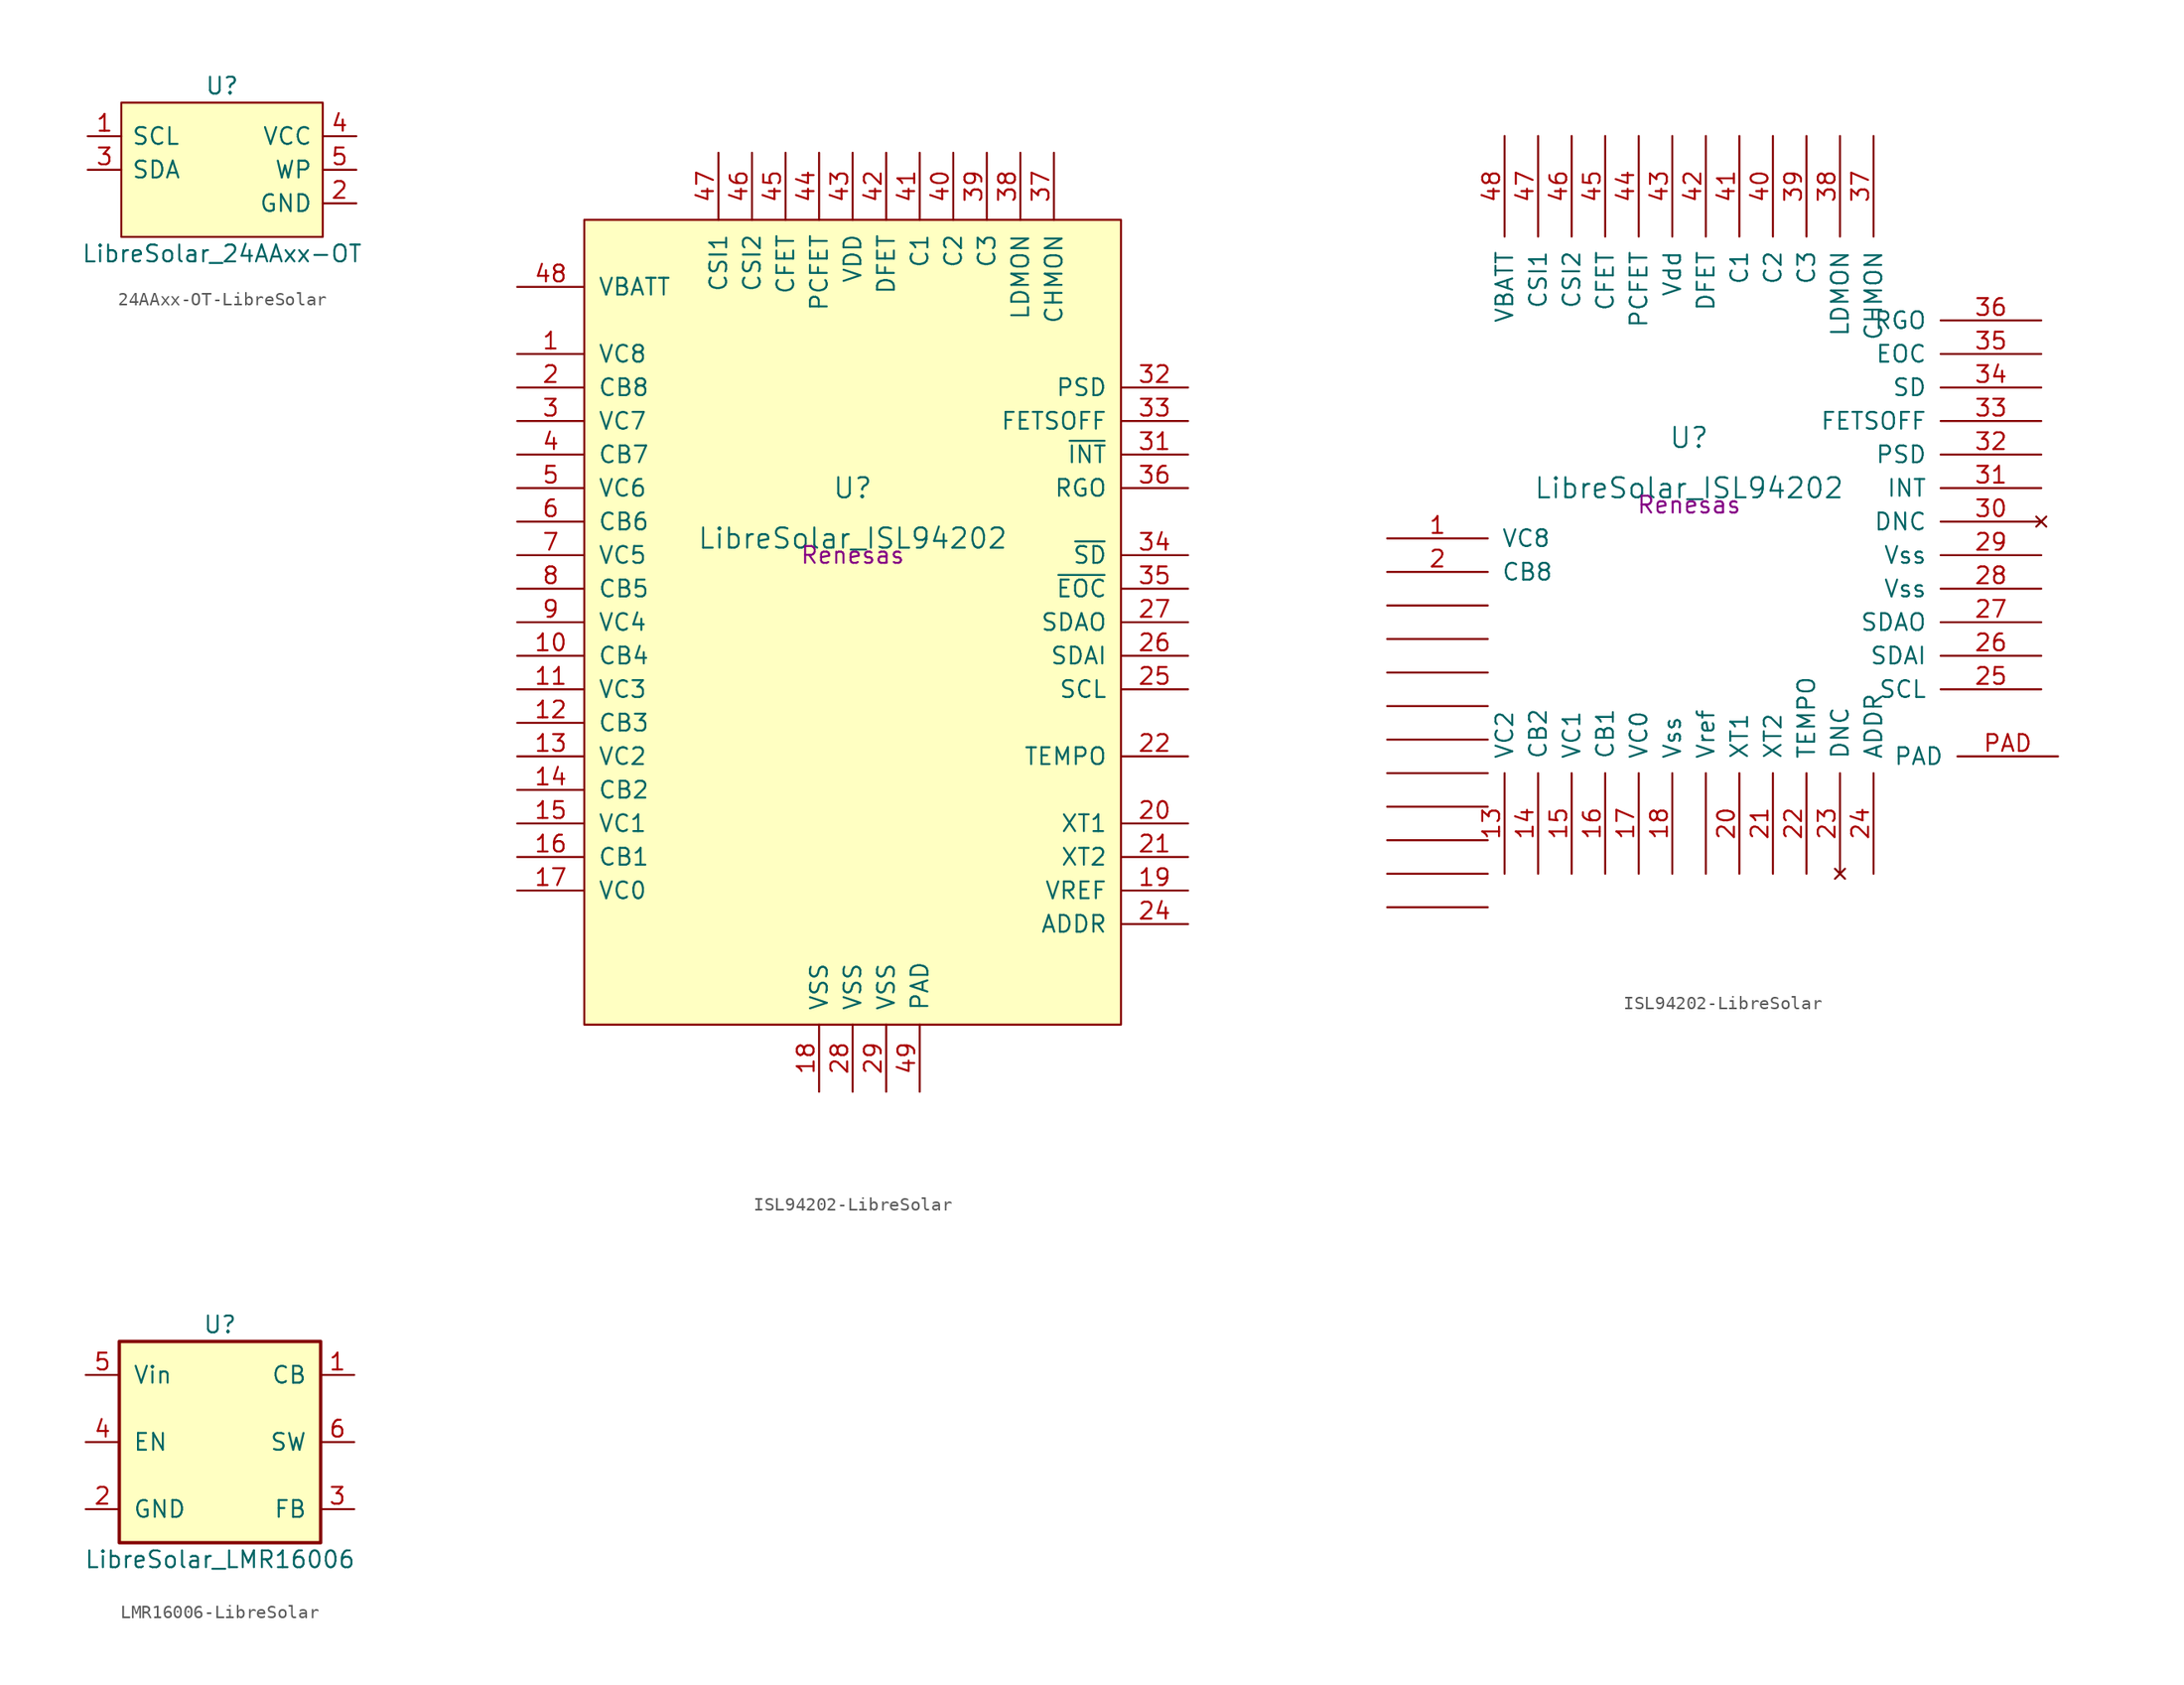
<source format=kicad_sym>
(kicad_symbol_lib
  (version 20231120)
  (generator "kicad_symbol_editor")
  (generator_version "8.0")
  (symbol "24AAxx-OT-LibreSolar"
    (pin_names
      (offset 0.762))
    (property "Reference" "U"
      (at 0 6.35 0)
      (effects (font (size 1.27 1.27))))
    (property "Value" "LibreSolar_24AAxx-OT"
      (at 0 -6.35 0)
      (effects (font (size 1.27 1.27))))
    (property "Datasheet" ""
      (at 0 6.35 0)
      (effects (font (size 1.524 1.524))))
    (symbol "24AAxx-OT-LibreSolar_1_0"
      (pin power_in line (at 10.16 -2.54 180) (length 2.54) (name "GND" (effects (font (size 1.27 1.27)))) (number "2" (effects (font (size 1.27 1.27)))))
      (pin power_in line (at 10.16 2.54 180) (length 2.54) (name "VCC" (effects (font (size 1.27 1.27)))) (number "4" (effects (font (size 1.27 1.27))))))
    (symbol "24AAxx-OT-LibreSolar_1_1"
      (rectangle (start -7.62 -5.08) (end 7.62 5.08) (stroke (width 0) (type solid)) (fill (type background)))
      (pin input line (at -10.16 2.54 0) (length 2.54) (name "SCL" (effects (font (size 1.27 1.27)))) (number "1" (effects (font (size 1.27 1.27)))))
      (pin bidirectional line (at -10.16 0 0) (length 2.54) (name "SDA" (effects (font (size 1.27 1.27)))) (number "3" (effects (font (size 1.27 1.27)))))
      (pin passive line (at 10.16 0 180) (length 2.54) (name "WP" (effects (font (size 1.27 1.27)))) (number "5" (effects (font (size 1.27 1.27)))))))
  (symbol "ISL94202-LibreSolar"
    (pin_names
      (offset 1.016))
    (property "Reference" "U"
      (at 0 5.08 0)
      (effects (font (size 1.524 1.524))))
    (property "Value" "LibreSolar_ISL94202"
      (at 0 1.27 0)
      (effects (font (size 1.524 1.524))))
    (property "Datasheet" ""
      (at 0 0 0)
      (effects (font (size 1.524 1.524))))
    (property "Manufacturer" "Renesas"
      (at 0 0 0)
      (effects (font (size 1.27 1.27))))
    (symbol "ISL94202-LibreSolar_0_1"
      (rectangle (start -20.32 25.4) (end 20.32 -35.56) (stroke (width 0) (type solid)) (fill (type background))))
    (symbol "ISL94202-LibreSolar_1_1"
      (pin input line (at -25.4 15.24 0) (length 5.08) (name "VC8" (effects (font (size 1.27 1.27)))) (number "1" (effects (font (size 1.27 1.27)))))
      (pin output line (at -25.4 -7.62 0) (length 5.08) (name "CB4" (effects (font (size 1.27 1.27)))) (number "10" (effects (font (size 1.27 1.27)))))
      (pin input line (at -25.4 -10.16 0) (length 5.08) (name "VC3" (effects (font (size 1.27 1.27)))) (number "11" (effects (font (size 1.27 1.27)))))
      (pin output line (at -25.4 -12.7 0) (length 5.08) (name "CB3" (effects (font (size 1.27 1.27)))) (number "12" (effects (font (size 1.27 1.27)))))
      (pin input line (at -25.4 -15.24 0) (length 5.08) (name "VC2" (effects (font (size 1.27 1.27)))) (number "13" (effects (font (size 1.27 1.27)))))
      (pin output line (at -25.4 -17.78 0) (length 5.08) (name "CB2" (effects (font (size 1.27 1.27)))) (number "14" (effects (font (size 1.27 1.27)))))
      (pin input line (at -25.4 -20.32 0) (length 5.08) (name "VC1" (effects (font (size 1.27 1.27)))) (number "15" (effects (font (size 1.27 1.27)))))
      (pin output line (at -25.4 -22.86 0) (length 5.08) (name "CB1" (effects (font (size 1.27 1.27)))) (number "16" (effects (font (size 1.27 1.27)))))
      (pin input line (at -25.4 -25.4 0) (length 5.08) (name "VC0" (effects (font (size 1.27 1.27)))) (number "17" (effects (font (size 1.27 1.27)))))
      (pin power_in line (at -2.54 -40.64 90) (length 5.08) (name "VSS" (effects (font (size 1.27 1.27)))) (number "18" (effects (font (size 1.27 1.27)))))
      (pin power_out line (at 25.4 -25.4 180) (length 5.08) (name "VREF" (effects (font (size 1.27 1.27)))) (number "19" (effects (font (size 1.27 1.27)))))
      (pin output line (at -25.4 12.7 0) (length 5.08) (name "CB8" (effects (font (size 1.27 1.27)))) (number "2" (effects (font (size 1.27 1.27)))))
      (pin input line (at 25.4 -20.32 180) (length 5.08) (name "XT1" (effects (font (size 1.27 1.27)))) (number "20" (effects (font (size 1.27 1.27)))))
      (pin input line (at 25.4 -22.86 180) (length 5.08) (name "XT2" (effects (font (size 1.27 1.27)))) (number "21" (effects (font (size 1.27 1.27)))))
      (pin output line (at 25.4 -15.24 180) (length 5.08) (name "TEMPO" (effects (font (size 1.27 1.27)))) (number "22" (effects (font (size 1.27 1.27)))))
      (pin no_connect line (at -25.4 -30.48 0) (length 5.08) hide (name "DNC" (effects (font (size 1.27 1.27)))) (number "23" (effects (font (size 1.27 1.27)))))
      (pin input line (at 25.4 -27.94 180) (length 5.08) (name "ADDR" (effects (font (size 1.27 1.27)))) (number "24" (effects (font (size 1.27 1.27)))))
      (pin input line (at 25.4 -10.16 180) (length 5.08) (name "SCL" (effects (font (size 1.27 1.27)))) (number "25" (effects (font (size 1.27 1.27)))))
      (pin input line (at 25.4 -7.62 180) (length 5.08) (name "SDAI" (effects (font (size 1.27 1.27)))) (number "26" (effects (font (size 1.27 1.27)))))
      (pin output line (at 25.4 -5.08 180) (length 5.08) (name "SDAO" (effects (font (size 1.27 1.27)))) (number "27" (effects (font (size 1.27 1.27)))))
      (pin power_in line (at 0 -40.64 90) (length 5.08) (name "VSS" (effects (font (size 1.27 1.27)))) (number "28" (effects (font (size 1.27 1.27)))))
      (pin power_in line (at 2.54 -40.64 90) (length 5.08) (name "VSS" (effects (font (size 1.27 1.27)))) (number "29" (effects (font (size 1.27 1.27)))))
      (pin input line (at -25.4 10.16 0) (length 5.08) (name "VC7" (effects (font (size 1.27 1.27)))) (number "3" (effects (font (size 1.27 1.27)))))
      (pin no_connect line (at -25.4 -33.02 0) (length 5.08) hide (name "DNC" (effects (font (size 1.27 1.27)))) (number "30" (effects (font (size 1.27 1.27)))))
      (pin output line (at 25.4 7.62 180) (length 5.08) (name "~{INT}" (effects (font (size 1.27 1.27)))) (number "31" (effects (font (size 1.27 1.27)))))
      (pin output line (at 25.4 12.7 180) (length 5.08) (name "PSD" (effects (font (size 1.27 1.27)))) (number "32" (effects (font (size 1.27 1.27)))))
      (pin input line (at 25.4 10.16 180) (length 5.08) (name "FETSOFF" (effects (font (size 1.27 1.27)))) (number "33" (effects (font (size 1.27 1.27)))))
      (pin output line (at 25.4 0 180) (length 5.08) (name "~{SD}" (effects (font (size 1.27 1.27)))) (number "34" (effects (font (size 1.27 1.27)))))
      (pin output line (at 25.4 -2.54 180) (length 5.08) (name "~{EOC}" (effects (font (size 1.27 1.27)))) (number "35" (effects (font (size 1.27 1.27)))))
      (pin power_out line (at 25.4 5.08 180) (length 5.08) (name "RGO" (effects (font (size 1.27 1.27)))) (number "36" (effects (font (size 1.27 1.27)))))
      (pin input line (at 15.24 30.48 270) (length 5.08) (name "CHMON" (effects (font (size 1.27 1.27)))) (number "37" (effects (font (size 1.27 1.27)))))
      (pin input line (at 12.7 30.48 270) (length 5.08) (name "LDMON" (effects (font (size 1.27 1.27)))) (number "38" (effects (font (size 1.27 1.27)))))
      (pin power_out line (at 10.16 30.48 270) (length 5.08) (name "C3" (effects (font (size 1.27 1.27)))) (number "39" (effects (font (size 1.27 1.27)))))
      (pin output line (at -25.4 7.62 0) (length 5.08) (name "CB7" (effects (font (size 1.27 1.27)))) (number "4" (effects (font (size 1.27 1.27)))))
      (pin power_out line (at 7.62 30.48 270) (length 5.08) (name "C2" (effects (font (size 1.27 1.27)))) (number "40" (effects (font (size 1.27 1.27)))))
      (pin power_out line (at 5.08 30.48 270) (length 5.08) (name "C1" (effects (font (size 1.27 1.27)))) (number "41" (effects (font (size 1.27 1.27)))))
      (pin power_out line (at 2.54 30.48 270) (length 5.08) (name "DFET" (effects (font (size 1.27 1.27)))) (number "42" (effects (font (size 1.27 1.27)))))
      (pin power_in line (at 0 30.48 270) (length 5.08) (name "VDD" (effects (font (size 1.27 1.27)))) (number "43" (effects (font (size 1.27 1.27)))))
      (pin power_out line (at -2.54 30.48 270) (length 5.08) (name "PCFET" (effects (font (size 1.27 1.27)))) (number "44" (effects (font (size 1.27 1.27)))))
      (pin power_out line (at -5.08 30.48 270) (length 5.08) (name "CFET" (effects (font (size 1.27 1.27)))) (number "45" (effects (font (size 1.27 1.27)))))
      (pin input line (at -7.62 30.48 270) (length 5.08) (name "CSI2" (effects (font (size 1.27 1.27)))) (number "46" (effects (font (size 1.27 1.27)))))
      (pin input line (at -10.16 30.48 270) (length 5.08) (name "CSI1" (effects (font (size 1.27 1.27)))) (number "47" (effects (font (size 1.27 1.27)))))
      (pin input line (at -25.4 20.32 0) (length 5.08) (name "VBATT" (effects (font (size 1.27 1.27)))) (number "48" (effects (font (size 1.27 1.27)))))
      (pin power_in line (at 5.08 -40.64 90) (length 5.08) (name "PAD" (effects (font (size 1.27 1.27)))) (number "49" (effects (font (size 1.27 1.27)))))
      (pin input line (at -25.4 5.08 0) (length 5.08) (name "VC6" (effects (font (size 1.27 1.27)))) (number "5" (effects (font (size 1.27 1.27)))))
      (pin output line (at -25.4 2.54 0) (length 5.08) (name "CB6" (effects (font (size 1.27 1.27)))) (number "6" (effects (font (size 1.27 1.27)))))
      (pin input line (at -25.4 0 0) (length 5.08) (name "VC5" (effects (font (size 1.27 1.27)))) (number "7" (effects (font (size 1.27 1.27)))))
      (pin output line (at -25.4 -2.54 0) (length 5.08) (name "CB5" (effects (font (size 1.27 1.27)))) (number "8" (effects (font (size 1.27 1.27)))))
      (pin input line (at -25.4 -5.08 0) (length 5.08) (name "VC4" (effects (font (size 1.27 1.27)))) (number "9" (effects (font (size 1.27 1.27))))))
    (symbol "ISL94202-LibreSolar_1_2"
      (pin input line (at -22.86 -2.54 0) (length 7.62) (name "VC8" (effects (font (size 1.27 1.27)))) (number "1" (effects (font (size 1.27 1.27)))))
      (pin input line (at -13.97 -27.94 90) (length 7.62) (name "VC2" (effects (font (size 1.27 1.27)))) (number "13" (effects (font (size 1.27 1.27)))))
      (pin output line (at -11.43 -27.94 90) (length 7.62) (name "CB2" (effects (font (size 1.27 1.27)))) (number "14" (effects (font (size 1.27 1.27)))))
      (pin input line (at -8.89 -27.94 90) (length 7.62) (name "VC1" (effects (font (size 1.27 1.27)))) (number "15" (effects (font (size 1.27 1.27)))))
      (pin output line (at -6.35 -27.94 90) (length 7.62) (name "CB1" (effects (font (size 1.27 1.27)))) (number "16" (effects (font (size 1.27 1.27)))))
      (pin input line (at -3.81 -27.94 90) (length 7.62) (name "VC0" (effects (font (size 1.27 1.27)))) (number "17" (effects (font (size 1.27 1.27)))))
      (pin power_in line (at -1.27 -27.94 90) (length 7.62) (name "Vss" (effects (font (size 1.27 1.27)))) (number "18" (effects (font (size 1.27 1.27)))))
      (pin output line (at -22.86 -5.08 0) (length 7.62) (name "CB8" (effects (font (size 1.27 1.27)))) (number "2" (effects (font (size 1.27 1.27)))))
      (pin input line (at 3.81 -27.94 90) (length 7.62) (name "XT1" (effects (font (size 1.27 1.27)))) (number "20" (effects (font (size 1.27 1.27)))))
      (pin input line (at 6.35 -27.94 90) (length 7.62) (name "XT2" (effects (font (size 1.27 1.27)))) (number "21" (effects (font (size 1.27 1.27)))))
      (pin output line (at 8.89 -27.94 90) (length 7.62) (name "TEMPO" (effects (font (size 1.27 1.27)))) (number "22" (effects (font (size 1.27 1.27)))))
      (pin no_connect line (at 11.43 -27.94 90) (length 7.62) (name "DNC" (effects (font (size 1.27 1.27)))) (number "23" (effects (font (size 1.27 1.27)))))
      (pin input line (at 13.97 -27.94 90) (length 7.62) (name "ADDR" (effects (font (size 1.27 1.27)))) (number "24" (effects (font (size 1.27 1.27)))))
      (pin input line (at 26.67 -13.97 180) (length 7.62) (name "SCL" (effects (font (size 1.27 1.27)))) (number "25" (effects (font (size 1.27 1.27)))))
      (pin input line (at 26.67 -11.43 180) (length 7.62) (name "SDAI" (effects (font (size 1.27 1.27)))) (number "26" (effects (font (size 1.27 1.27)))))
      (pin output line (at 26.67 -8.89 180) (length 7.62) (name "SDAO" (effects (font (size 1.27 1.27)))) (number "27" (effects (font (size 1.27 1.27)))))
      (pin power_in line (at 26.67 -6.35 180) (length 7.62) (name "Vss" (effects (font (size 1.27 1.27)))) (number "28" (effects (font (size 1.27 1.27)))))
      (pin power_in line (at 26.67 -3.81 180) (length 7.62) (name "Vss" (effects (font (size 1.27 1.27)))) (number "29" (effects (font (size 1.27 1.27)))))
      (pin no_connect line (at 26.67 -1.27 180) (length 7.62) (name "DNC" (effects (font (size 1.27 1.27)))) (number "30" (effects (font (size 1.27 1.27)))))
      (pin output line (at 26.67 1.27 180) (length 7.62) (name "INT" (effects (font (size 1.27 1.27)))) (number "31" (effects (font (size 1.27 1.27)))))
      (pin output line (at 26.67 3.81 180) (length 7.62) (name "PSD" (effects (font (size 1.27 1.27)))) (number "32" (effects (font (size 1.27 1.27)))))
      (pin input line (at 26.67 6.35 180) (length 7.62) (name "FETSOFF" (effects (font (size 1.27 1.27)))) (number "33" (effects (font (size 1.27 1.27)))))
      (pin output line (at 26.67 8.89 180) (length 7.62) (name "SD" (effects (font (size 1.27 1.27)))) (number "34" (effects (font (size 1.27 1.27)))))
      (pin output line (at 26.67 11.43 180) (length 7.62) (name "EOC" (effects (font (size 1.27 1.27)))) (number "35" (effects (font (size 1.27 1.27)))))
      (pin power_out line (at 26.67 13.97 180) (length 7.62) (name "RGO" (effects (font (size 1.27 1.27)))) (number "36" (effects (font (size 1.27 1.27)))))
      (pin input line (at 13.97 27.94 270) (length 7.62) (name "CHMON" (effects (font (size 1.27 1.27)))) (number "37" (effects (font (size 1.27 1.27)))))
      (pin input line (at 11.43 27.94 270) (length 7.62) (name "LDMON" (effects (font (size 1.27 1.27)))) (number "38" (effects (font (size 1.27 1.27)))))
      (pin power_out line (at 8.89 27.94 270) (length 7.62) (name "C3" (effects (font (size 1.27 1.27)))) (number "39" (effects (font (size 1.27 1.27)))))
      (pin power_out line (at 6.35 27.94 270) (length 7.62) (name "C2" (effects (font (size 1.27 1.27)))) (number "40" (effects (font (size 1.27 1.27)))))
      (pin power_out line (at 3.81 27.94 270) (length 7.62) (name "C1" (effects (font (size 1.27 1.27)))) (number "41" (effects (font (size 1.27 1.27)))))
      (pin power_out line (at 1.27 27.94 270) (length 7.62) (name "DFET" (effects (font (size 1.27 1.27)))) (number "42" (effects (font (size 1.27 1.27)))))
      (pin power_in line (at -1.27 27.94 270) (length 7.62) (name "Vdd" (effects (font (size 1.27 1.27)))) (number "43" (effects (font (size 1.27 1.27)))))
      (pin power_out line (at -3.81 27.94 270) (length 7.62) (name "PCFET" (effects (font (size 1.27 1.27)))) (number "44" (effects (font (size 1.27 1.27)))))
      (pin power_out line (at -6.35 27.94 270) (length 7.62) (name "CFET" (effects (font (size 1.27 1.27)))) (number "45" (effects (font (size 1.27 1.27)))))
      (pin input line (at -8.89 27.94 270) (length 7.62) (name "CSI2" (effects (font (size 1.27 1.27)))) (number "46" (effects (font (size 1.27 1.27)))))
      (pin input line (at -11.43 27.94 270) (length 7.62) (name "CSI1" (effects (font (size 1.27 1.27)))) (number "47" (effects (font (size 1.27 1.27)))))
      (pin input line (at -13.97 27.94 270) (length 7.62) (name "VBATT" (effects (font (size 1.27 1.27)))) (number "48" (effects (font (size 1.27 1.27)))))
      (pin power_in line (at 27.94 -19.05 180) (length 7.62) (name "PAD" (effects (font (size 1.27 1.27)))) (number "PAD" (effects (font (size 1.27 1.27)))))
      (pin power_out line (at 1.27 -27.94 90) (length 7.62) (name "Vref" (effects (font (size 1.27 1.27)))) (number "~" (effects (font (size 1.27 1.27)))))
      (pin output line (at -22.86 -30.48 0) (length 7.62) (name "~" (effects (font (size 1.27 1.27)))) (number "~" (effects (font (size 1.27 1.27)))))
      (pin output line (at -22.86 -27.94 0) (length 7.62) (name "~" (effects (font (size 1.27 1.27)))) (number "~" (effects (font (size 1.27 1.27)))))
      (pin output line (at -22.86 -25.4 0) (length 7.62) (name "~" (effects (font (size 1.27 1.27)))) (number "~" (effects (font (size 1.27 1.27)))))
      (pin output line (at -22.86 -22.86 0) (length 7.62) (name "~" (effects (font (size 1.27 1.27)))) (number "~" (effects (font (size 1.27 1.27)))))
      (pin output line (at -22.86 -20.32 0) (length 7.62) (name "~" (effects (font (size 1.27 1.27)))) (number "~" (effects (font (size 1.27 1.27)))))
      (pin output line (at -22.86 -17.78 0) (length 7.62) (name "~" (effects (font (size 1.27 1.27)))) (number "~" (effects (font (size 1.27 1.27)))))
      (pin output line (at -22.86 -15.24 0) (length 7.62) (name "~" (effects (font (size 1.27 1.27)))) (number "~" (effects (font (size 1.27 1.27)))))
      (pin output line (at -22.86 -12.7 0) (length 7.62) (name "~" (effects (font (size 1.27 1.27)))) (number "~" (effects (font (size 1.27 1.27)))))
      (pin output line (at -22.86 -10.16 0) (length 7.62) (name "~" (effects (font (size 1.27 1.27)))) (number "~" (effects (font (size 1.27 1.27)))))
      (pin output line (at -22.86 -7.62 0) (length 7.62) (name "~" (effects (font (size 1.27 1.27)))) (number "~" (effects (font (size 1.27 1.27)))))))
  (symbol "LMR16006-LibreSolar"
    (pin_names
      (offset 1.016))
    (property "Reference" "U"
      (at 0 8.89 0)
      (effects (font (size 1.27 1.27))))
    (property "Value" "LibreSolar_LMR16006"
      (at 0 -8.89 0)
      (effects (font (size 1.27 1.27))))
    (property "Datasheet" ""
      (at -10.16 10.16 0)
      (effects (font (size 1.27 1.27))))
    (symbol "LMR16006-LibreSolar_0_1"
      (rectangle (start -7.62 7.62) (end 7.62 -7.62) (stroke (width 0.254) (type solid)) (fill (type background))))
    (symbol "LMR16006-LibreSolar_1_1"
      (pin output line (at 10.16 5.08 180) (length 2.54) (name "CB" (effects (font (size 1.27 1.27)))) (number "1" (effects (font (size 1.27 1.27)))))
      (pin power_in line (at -10.16 -5.08 0) (length 2.54) (name "GND" (effects (font (size 1.27 1.27)))) (number "2" (effects (font (size 1.27 1.27)))))
      (pin input line (at 10.16 -5.08 180) (length 2.54) (name "FB" (effects (font (size 1.27 1.27)))) (number "3" (effects (font (size 1.27 1.27)))))
      (pin input line (at -10.16 0 0) (length 2.54) (name "EN" (effects (font (size 1.27 1.27)))) (number "4" (effects (font (size 1.27 1.27)))))
      (pin power_in line (at -10.16 5.08 0) (length 2.54) (name "Vin" (effects (font (size 1.27 1.27)))) (number "5" (effects (font (size 1.27 1.27)))))
      (pin bidirectional line (at 10.16 0 180) (length 2.54) (name "SW" (effects (font (size 1.27 1.27)))) (number "6" (effects (font (size 1.27 1.27))))))))
</source>
